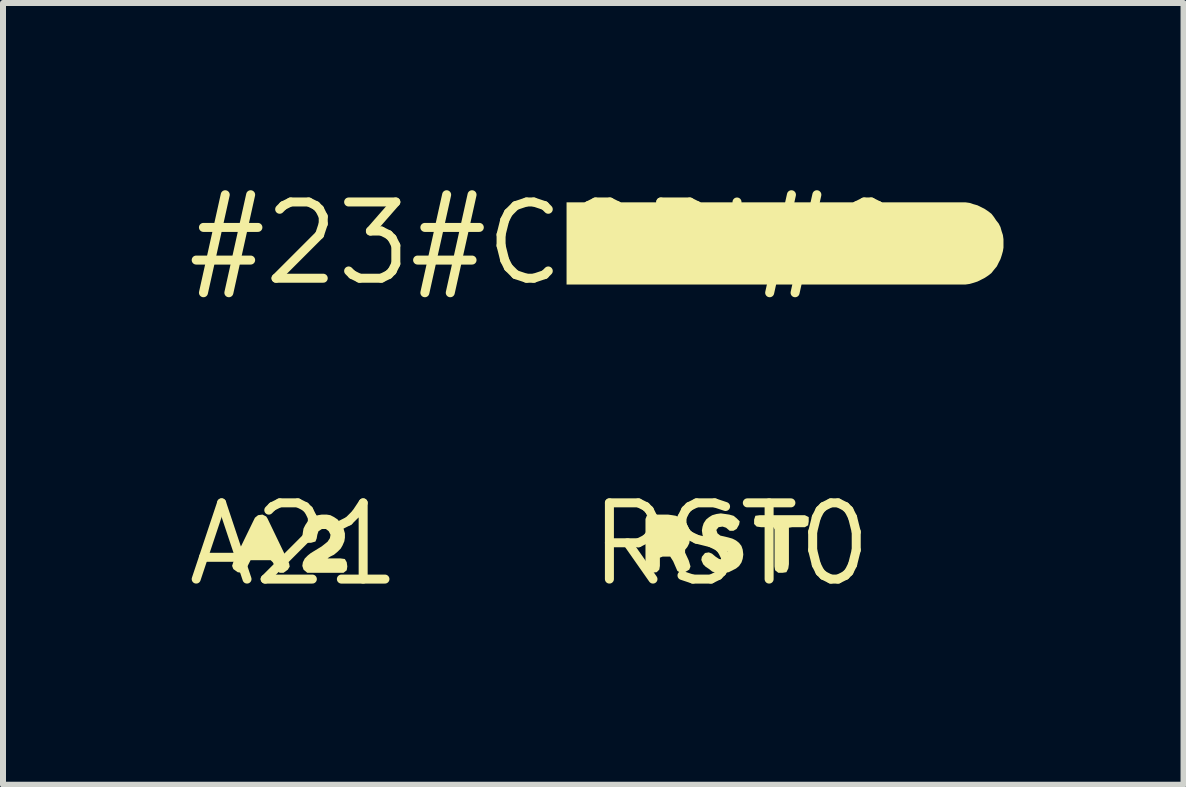
<source format=kicad_pcb>
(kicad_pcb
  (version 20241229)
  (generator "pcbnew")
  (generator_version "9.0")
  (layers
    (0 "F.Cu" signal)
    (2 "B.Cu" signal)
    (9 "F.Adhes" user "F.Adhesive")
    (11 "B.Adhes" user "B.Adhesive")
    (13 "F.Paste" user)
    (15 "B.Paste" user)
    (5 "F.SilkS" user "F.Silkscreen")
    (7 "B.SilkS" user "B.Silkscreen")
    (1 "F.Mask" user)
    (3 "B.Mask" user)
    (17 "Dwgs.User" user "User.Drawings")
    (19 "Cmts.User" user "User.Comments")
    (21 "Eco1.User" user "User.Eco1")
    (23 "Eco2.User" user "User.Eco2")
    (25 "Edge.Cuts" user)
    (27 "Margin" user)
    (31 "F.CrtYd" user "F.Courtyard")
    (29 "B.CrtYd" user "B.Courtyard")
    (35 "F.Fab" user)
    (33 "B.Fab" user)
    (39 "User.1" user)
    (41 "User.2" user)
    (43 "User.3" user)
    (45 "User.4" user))
  (footprint "#23#COPI#0"
    (layer "F.Cu")
    (at 6.055 1.006)
    (property "Reference" "#23#COPI#0" (at 0 0 0) (layer "F.SilkS") (effects (font (size 1.27 1.27) (thickness 0.15))))
    (fp_poly (pts (xy 7.051 -0.675) (xy 7.111 -0.655) (xy 7.182 -0.635) (xy 7.303 -0.574) (xy 7.363 -0.534) (xy 7.414 -0.494) (xy 7.454 -0.443) (xy 7.494 -0.383) (xy 7.534 -0.333) (xy 7.565 -0.272) (xy 7.585 -0.201) (xy 7.605 -0.141) (xy 7.615 -0.07) (xy 7.615 0.07) (xy 7.605 0.131) (xy 7.585 0.201) (xy 7.565 0.262) (xy 7.534 0.322) (xy 7.504 0.383) (xy 7.454 0.443) (xy 7.414 0.494) (xy 7.363 0.534) (xy 7.303 0.574) (xy 7.182 0.635) (xy 7.121 0.655) (xy 7.051 0.675) (xy 6.98 0.685) (xy 0.335 0.685) (xy 0.335 -0.685) (xy 6.98 -0.685)) (stroke (width 0) (type solid)) (fill yes) (layer "F.SilkS")))
  (footprint "RST0"
    (layer "F.Cu")
    (at 9.13 6.019)
    (property "Reference" "RST0" (at 0 0 0) (layer "F.SilkS") (effects (font (size 1.27 1.27) (thickness 0.15))))
    (fp_poly (pts (xy 1.295 -0.453) (xy 1.295 -0.38) (xy 1.285 -0.317) (xy 1.231 -0.285) (xy 1.02 -0.285) (xy 0.965 -0.276) (xy 0.965 0.33) (xy 0.955 0.402) (xy 0.923 0.465) (xy 0.86 0.475) (xy 0.788 0.475) (xy 0.735 0.433) (xy 0.725 0.37) (xy 0.725 -0.249) (xy 0.707 -0.285) (xy 0.5 -0.285) (xy 0.428 -0.295) (xy 0.385 -0.338) (xy 0.385 -0.411) (xy 0.406 -0.475) (xy 0.48 -0.485) (xy 1.231 -0.485)) (stroke (width 0) (type solid)) (fill yes) (layer "F.SilkS"))
    (fp_poly (pts (xy -0.979 -0.485) (xy -0.918 -0.475) (xy -0.857 -0.444) (xy -0.792 -0.401) (xy -0.798 -0.395) (xy -0.746 -0.353) (xy -0.685 -0.232) (xy -0.675 -0.16) (xy -0.685 -0.089) (xy -0.695 -0.018) (xy -0.726 0.043) (xy -0.765 0.092) (xy -0.765 0.139) (xy -0.705 0.268) (xy -0.695 0.299) (xy -0.675 0.37) (xy -0.696 0.423) (xy -0.768 0.465) (xy -0.841 0.475) (xy -0.894 0.443) (xy -0.964 0.282) (xy -1.013 0.205) (xy -1.139 0.205) (xy -1.185 0.223) (xy -1.185 0.36) (xy -1.195 0.422) (xy -1.238 0.465) (xy -1.33 0.475) (xy -1.404 0.454) (xy -1.425 0.401) (xy -1.425 -0.421) (xy -1.404 -0.474) (xy -1.331 -0.495) (xy -1.05 -0.495)) (stroke (width 0) (type solid)) (fill yes) (layer "F.SilkS"))
    (fp_poly (pts (xy -0.099 -0.505) (xy -0.029 -0.495) (xy 0.042 -0.475) (xy 0.093 -0.434) (xy 0.145 -0.382) (xy 0.135 -0.328) (xy 0.094 -0.256) (xy 0.041 -0.225) (xy -0.022 -0.225) (xy -0.082 -0.276) (xy -0.14 -0.295) (xy -0.207 -0.285) (xy -0.244 -0.239) (xy -0.226 -0.183) (xy -0.178 -0.145) (xy -0.049 -0.115) (xy 0.022 -0.095) (xy 0.083 -0.064) (xy 0.134 -0.024) (xy 0.174 0.028) (xy 0.195 0.089) (xy 0.205 0.17) (xy 0.195 0.241) (xy 0.175 0.302) (xy 0.134 0.363) (xy 0.083 0.404) (xy -0.038 0.465) (xy -0.1 0.475) (xy -0.241 0.475) (xy -0.312 0.455) (xy -0.363 0.414) (xy -0.423 0.374) (xy -0.464 0.333) (xy -0.495 0.261) (xy -0.485 0.208) (xy -0.433 0.145) (xy -0.369 0.135) (xy -0.317 0.156) (xy -0.257 0.206) (xy -0.198 0.245) (xy -0.131 0.255) (xy -0.064 0.226) (xy -0.045 0.179) (xy -0.055 0.123) (xy -0.112 0.095) (xy -0.181 0.085) (xy -0.242 0.065) (xy -0.312 0.035) (xy -0.373 0.004) (xy -0.424 -0.037) (xy -0.455 -0.088) (xy -0.475 -0.159) (xy -0.485 -0.23) (xy -0.475 -0.291) (xy -0.455 -0.352) (xy -0.414 -0.413) (xy -0.363 -0.454) (xy -0.312 -0.485) (xy -0.241 -0.505) (xy -0.17 -0.515)) (stroke (width 0) (type solid)) (fill yes) (layer "F.SilkS")))
  (footprint "A21"
    (layer "F.Cu")
    (at 1.852 6.019)
    (property "Reference" "A21" (at 0 0 0) (layer "F.SilkS") (effects (font (size 1.27 1.27) (thickness 0.15))))
    (fp_poly (pts (xy -0.467 -0.464) (xy -0.446 -0.432) (xy -0.085 0.318) (xy -0.075 0.371) (xy -0.106 0.423) (xy -0.178 0.475) (xy -0.242 0.475) (xy -0.294 0.433) (xy -0.354 0.303) (xy -0.392 0.265) (xy -0.727 0.265) (xy -0.786 0.382) (xy -0.816 0.444) (xy -0.879 0.475) (xy -0.942 0.465) (xy -1.014 0.413) (xy -1.035 0.36) (xy -1.015 0.298) (xy -0.684 -0.382) (xy -0.654 -0.443) (xy -0.602 -0.485) (xy -0.529 -0.495)) (stroke (width 0) (type solid)) (fill yes) (layer "F.SilkS"))
    (fp_poly (pts (xy 0.602 -0.485) (xy 0.663 -0.454) (xy 0.723 -0.414) (xy 0.764 -0.363) (xy 0.804 -0.312) (xy 0.825 -0.251) (xy 0.845 -0.181) (xy 0.845 -0.11) (xy 0.835 -0.049) (xy 0.804 0.022) (xy 0.774 0.073) (xy 0.723 0.124) (xy 0.663 0.174) (xy 0.602 0.204) (xy 0.558 0.231) (xy 0.562 0.235) (xy 0.77 0.235) (xy 0.843 0.245) (xy 0.875 0.298) (xy 0.885 0.37) (xy 0.875 0.433) (xy 0.822 0.475) (xy 0.218 0.475) (xy 0.156 0.423) (xy 0.135 0.36) (xy 0.145 0.298) (xy 0.176 0.237) (xy 0.227 0.186) (xy 0.277 0.146) (xy 0.457 0.036) (xy 0.556 -0.043) (xy 0.595 -0.102) (xy 0.605 -0.159) (xy 0.576 -0.217) (xy 0.528 -0.255) (xy 0.462 -0.255) (xy 0.404 -0.217) (xy 0.385 -0.159) (xy 0.375 -0.099) (xy 0.354 -0.046) (xy 0.281 -0.025) (xy 0.188 -0.025) (xy 0.145 -0.068) (xy 0.135 -0.13) (xy 0.145 -0.201) (xy 0.155 -0.262) (xy 0.186 -0.323) (xy 0.226 -0.383) (xy 0.277 -0.434) (xy 0.328 -0.465) (xy 0.399 -0.485) (xy 0.46 -0.495) (xy 0.54 -0.495)) (stroke (width 0) (type solid)) (fill yes) (layer "F.SilkS")))
  (gr_rect
    (start -3 -3)
    (end 16.67 10.025)
    (stroke (width 0.1) (type default))
    (fill no)
    (layer "Edge.Cuts")))
</source>
